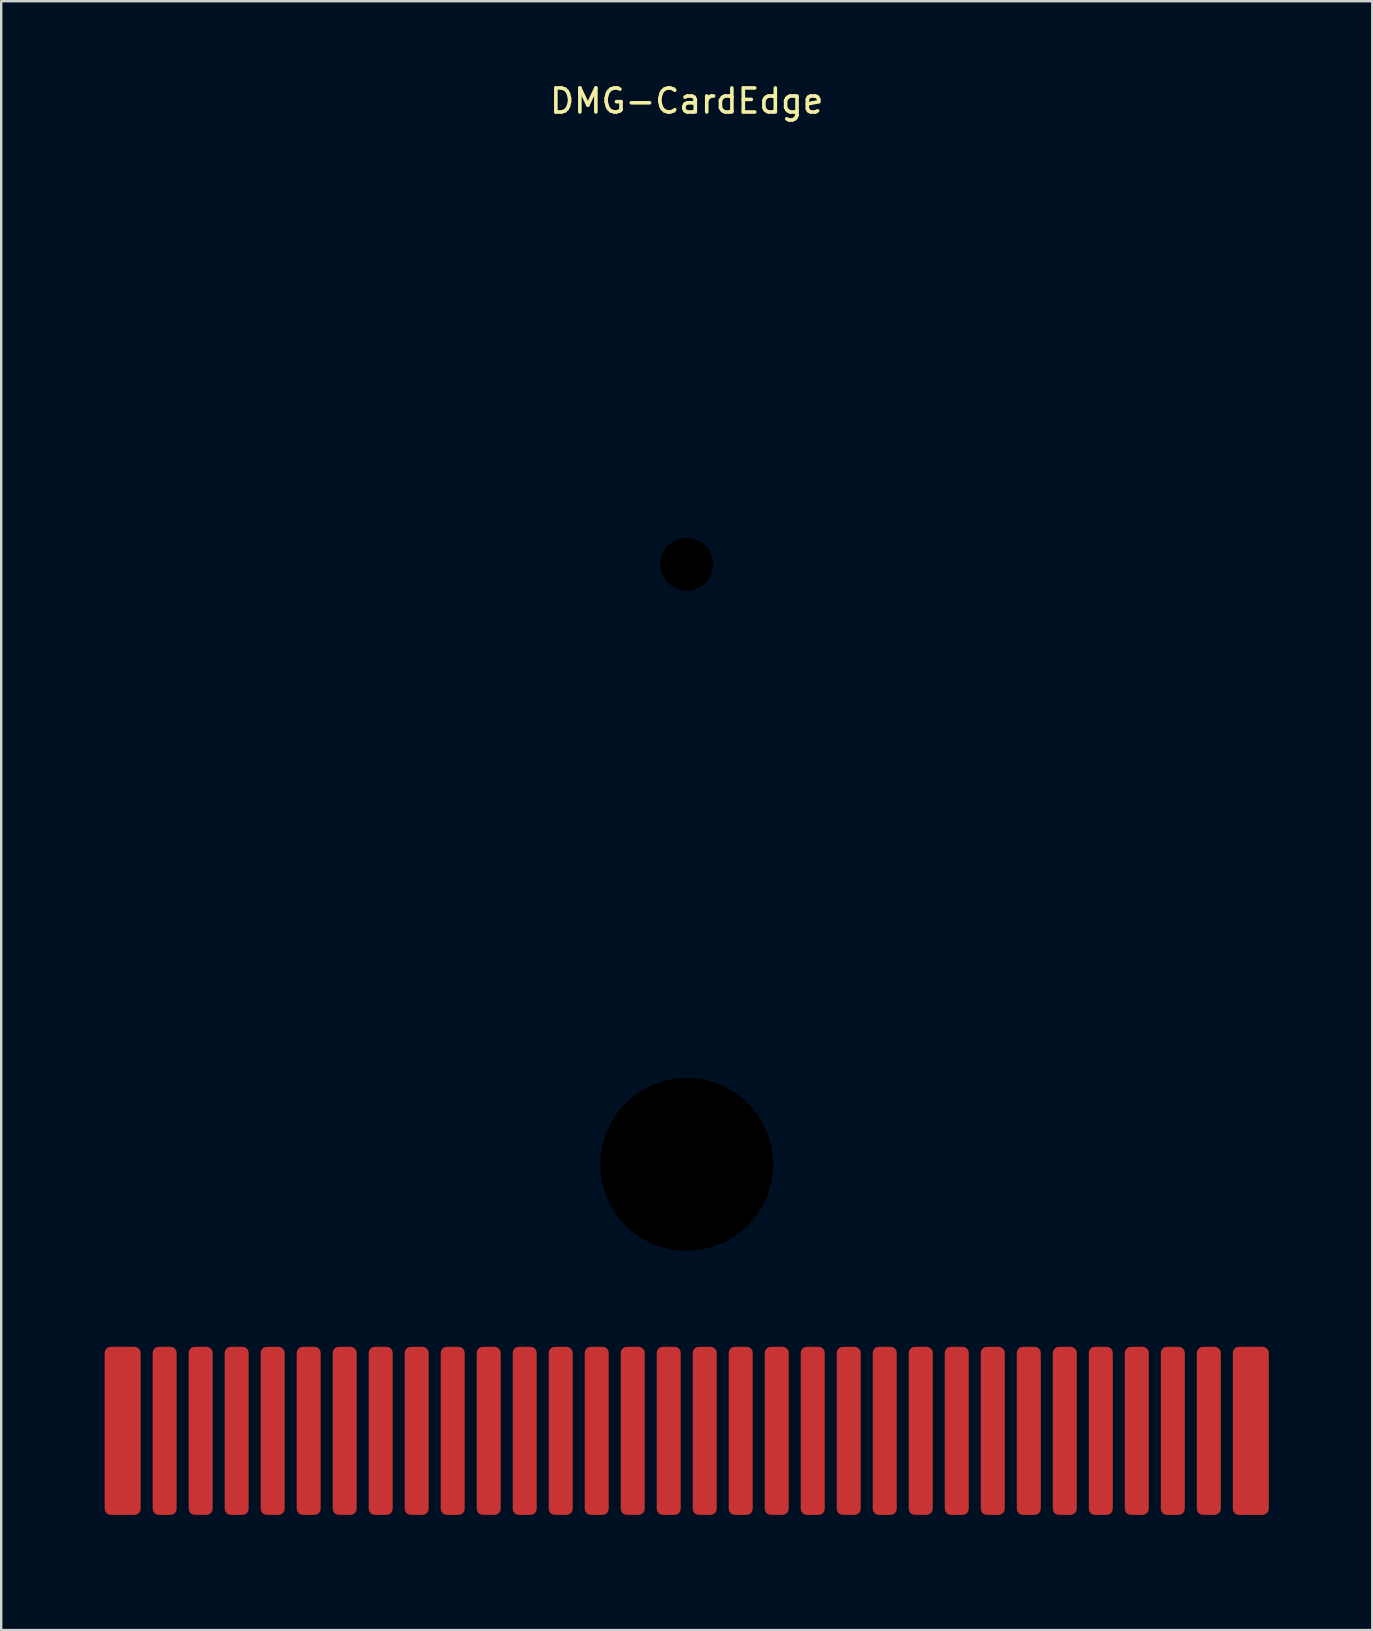
<source format=kicad_pcb>
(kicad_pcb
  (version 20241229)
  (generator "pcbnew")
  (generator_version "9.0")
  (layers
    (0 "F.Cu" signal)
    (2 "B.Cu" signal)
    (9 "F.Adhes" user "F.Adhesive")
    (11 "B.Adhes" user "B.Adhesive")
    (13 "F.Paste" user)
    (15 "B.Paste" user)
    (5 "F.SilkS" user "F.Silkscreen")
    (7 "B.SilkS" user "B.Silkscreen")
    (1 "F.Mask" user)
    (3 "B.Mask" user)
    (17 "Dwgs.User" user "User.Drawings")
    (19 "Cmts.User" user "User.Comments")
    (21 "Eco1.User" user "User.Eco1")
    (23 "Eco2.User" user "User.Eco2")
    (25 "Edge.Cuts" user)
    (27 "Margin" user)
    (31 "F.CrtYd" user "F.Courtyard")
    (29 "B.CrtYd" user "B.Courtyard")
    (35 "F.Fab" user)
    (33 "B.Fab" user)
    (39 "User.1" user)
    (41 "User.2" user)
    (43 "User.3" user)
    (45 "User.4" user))
  (footprint "DMG-CardEdge"
    (layer "F.Cu")
    (at 25.56 30.56)
    (property "Reference" "DMG-CardEdge" (at 0 -29.4 0) (layer "F.SilkS") (effects (font (size 1 1) (thickness 0.15))))
    (attr through_hole)
    (fp_line (start -25.5 21.3) (end -25.5 -29.5) (stroke (width 0.12) (type solid)) (layer "Eco2.User"))
    (fp_line (start -24.7 29.5) (end -24.7 22.1) (stroke (width 0.12) (type solid)) (layer "Eco2.User"))
    (fp_line (start -24.5 -30.5) (end 20 -30.5) (stroke (width 0.12) (type solid)) (layer "Eco2.User"))
    (fp_line (start -23.7 30.5) (end 23.7 30.5) (stroke (width 0.12) (type solid)) (layer "Eco2.User"))
    (fp_line (start 21 -29) (end 21 -29.5) (stroke (width 0.12) (type solid)) (layer "Eco2.User"))
    (fp_line (start 24.5 -28) (end 22 -28) (stroke (width 0.12) (type solid)) (layer "Eco2.User"))
    (fp_line (start 24.7 29.5) (end 24.7 22.1) (stroke (width 0.12) (type solid)) (layer "Eco2.User"))
    (fp_line (start 25.5 21.3) (end 25.5 -27) (stroke (width 0.12) (type solid)) (layer "Eco2.User"))
    (fp_arc (start -25.5 -29.5) (mid -25.207107 -30.207107) (end -24.5 -30.5) (stroke (width 0.12) (type solid)) (layer "Eco2.User"))
    (fp_arc (start -25.1 21.7) (mid -25.382843 21.582843) (end -25.5 21.3) (stroke (width 0.12) (type solid)) (layer "Eco2.User"))
    (fp_arc (start -25.1 21.7) (mid -24.817157 21.817157) (end -24.7 22.1) (stroke (width 0.12) (type solid)) (layer "Eco2.User"))
    (fp_arc (start -23.7 30.5) (mid -24.407107 30.207107) (end -24.7 29.5) (stroke (width 0.12) (type solid)) (layer "Eco2.User"))
    (fp_arc (start 20 -30.5) (mid 20.707107 -30.207107) (end 21 -29.5) (stroke (width 0.12) (type solid)) (layer "Eco2.User"))
    (fp_arc (start 22 -28) (mid 21.292893 -28.292893) (end 21 -29) (stroke (width 0.12) (type solid)) (layer "Eco2.User"))
    (fp_arc (start 24.5 -28) (mid 25.207107 -27.707107) (end 25.5 -27) (stroke (width 0.12) (type solid)) (layer "Eco2.User"))
    (fp_arc (start 24.7 22.1) (mid 24.817157 21.817157) (end 25.1 21.7) (stroke (width 0.12) (type solid)) (layer "Eco2.User"))
    (fp_arc (start 24.7 29.5) (mid 24.407107 30.207107) (end 23.7 30.5) (stroke (width 0.12) (type solid)) (layer "Eco2.User"))
    (fp_arc (start 25.5 21.3) (mid 25.382843 21.582843) (end 25.1 21.7) (stroke (width 0.12) (type solid)) (layer "Eco2.User"))
    (pad "" np_thru_hole circle (at 0 -10.1) (size 2.2 2.2) (drill 2.2) (layers "*.Mask"))
    (pad "" np_thru_hole circle (at 0 14.9) (size 7.2 7.2) (drill 7.2) (layers "*.Mask"))
    (pad "" smd rect (at 0 27.4 180) (size 51 7.8) (layers "F.Mask"))
    (pad "1" smd roundrect (at -23.5 26 180) (size 1.5 7) (layers "F.Cu") (roundrect_rratio 0.167))
    (pad "2" smd roundrect (at -21.75 26 180) (size 1 7) (layers "F.Cu") (roundrect_rratio 0.25))
    (pad "3" smd roundrect (at -20.25 26 180) (size 1 7) (layers "F.Cu") (roundrect_rratio 0.25))
    (pad "4" smd roundrect (at -18.75 26 180) (size 1 7) (layers "F.Cu") (roundrect_rratio 0.25))
    (pad "5" smd roundrect (at -17.25 26 180) (size 1 7) (layers "F.Cu") (roundrect_rratio 0.25))
    (pad "6" smd roundrect (at -15.75 26 180) (size 1 7) (layers "F.Cu") (roundrect_rratio 0.25))
    (pad "7" smd roundrect (at -14.25 26 180) (size 1 7) (layers "F.Cu") (roundrect_rratio 0.25))
    (pad "8" smd roundrect (at -12.75 26 180) (size 1 7) (layers "F.Cu") (roundrect_rratio 0.25))
    (pad "9" smd roundrect (at -11.25 26 180) (size 1 7) (layers "F.Cu") (roundrect_rratio 0.25))
    (pad "10" smd roundrect (at -9.75 26 180) (size 1 7) (layers "F.Cu") (roundrect_rratio 0.25))
    (pad "11" smd roundrect (at -8.25 26 180) (size 1 7) (layers "F.Cu") (roundrect_rratio 0.25))
    (pad "12" smd roundrect (at -6.75 26 180) (size 1 7) (layers "F.Cu") (roundrect_rratio 0.25))
    (pad "13" smd roundrect (at -5.25 26 180) (size 1 7) (layers "F.Cu") (roundrect_rratio 0.25))
    (pad "14" smd roundrect (at -3.75 26 180) (size 1 7) (layers "F.Cu") (roundrect_rratio 0.25))
    (pad "15" smd roundrect (at -2.25 26 180) (size 1 7) (layers "F.Cu") (roundrect_rratio 0.25))
    (pad "16" smd roundrect (at -0.75 26 180) (size 1 7) (layers "F.Cu") (roundrect_rratio 0.25))
    (pad "17" smd roundrect (at 0.75 26 180) (size 1 7) (layers "F.Cu") (roundrect_rratio 0.25))
    (pad "18" smd roundrect (at 2.25 26 180) (size 1 7) (layers "F.Cu") (roundrect_rratio 0.25))
    (pad "19" smd roundrect (at 3.75 26 180) (size 1 7) (layers "F.Cu") (roundrect_rratio 0.25))
    (pad "20" smd roundrect (at 5.25 26 180) (size 1 7) (layers "F.Cu") (roundrect_rratio 0.25))
    (pad "21" smd roundrect (at 6.75 26 180) (size 1 7) (layers "F.Cu") (roundrect_rratio 0.25))
    (pad "22" smd roundrect (at 8.25 26 180) (size 1 7) (layers "F.Cu") (roundrect_rratio 0.25))
    (pad "23" smd roundrect (at 9.75 26 180) (size 1 7) (layers "F.Cu") (roundrect_rratio 0.25))
    (pad "24" smd roundrect (at 11.25 26 180) (size 1 7) (layers "F.Cu") (roundrect_rratio 0.25))
    (pad "25" smd roundrect (at 12.75 26 180) (size 1 7) (layers "F.Cu") (roundrect_rratio 0.25))
    (pad "26" smd roundrect (at 14.25 26 180) (size 1 7) (layers "F.Cu") (roundrect_rratio 0.25))
    (pad "27" smd roundrect (at 15.75 26 180) (size 1 7) (layers "F.Cu") (roundrect_rratio 0.25))
    (pad "28" smd roundrect (at 17.25 26 180) (size 1 7) (layers "F.Cu") (roundrect_rratio 0.25))
    (pad "29" smd roundrect (at 18.75 26 180) (size 1 7) (layers "F.Cu") (roundrect_rratio 0.25))
    (pad "30" smd roundrect (at 20.25 26 180) (size 1 7) (layers "F.Cu") (roundrect_rratio 0.25))
    (pad "31" smd roundrect (at 21.75 26 180) (size 1 7) (layers "F.Cu") (roundrect_rratio 0.25))
    (pad "32" smd roundrect (at 23.5 26 180) (size 1.5 7) (layers "F.Cu") (roundrect_rratio 0.167)))
  (gr_rect
    (start -3 -3)
    (end 54.12 64.86)
    (stroke (width 0.1) (type default))
    (fill no)
    (layer "Edge.Cuts")))
</source>
